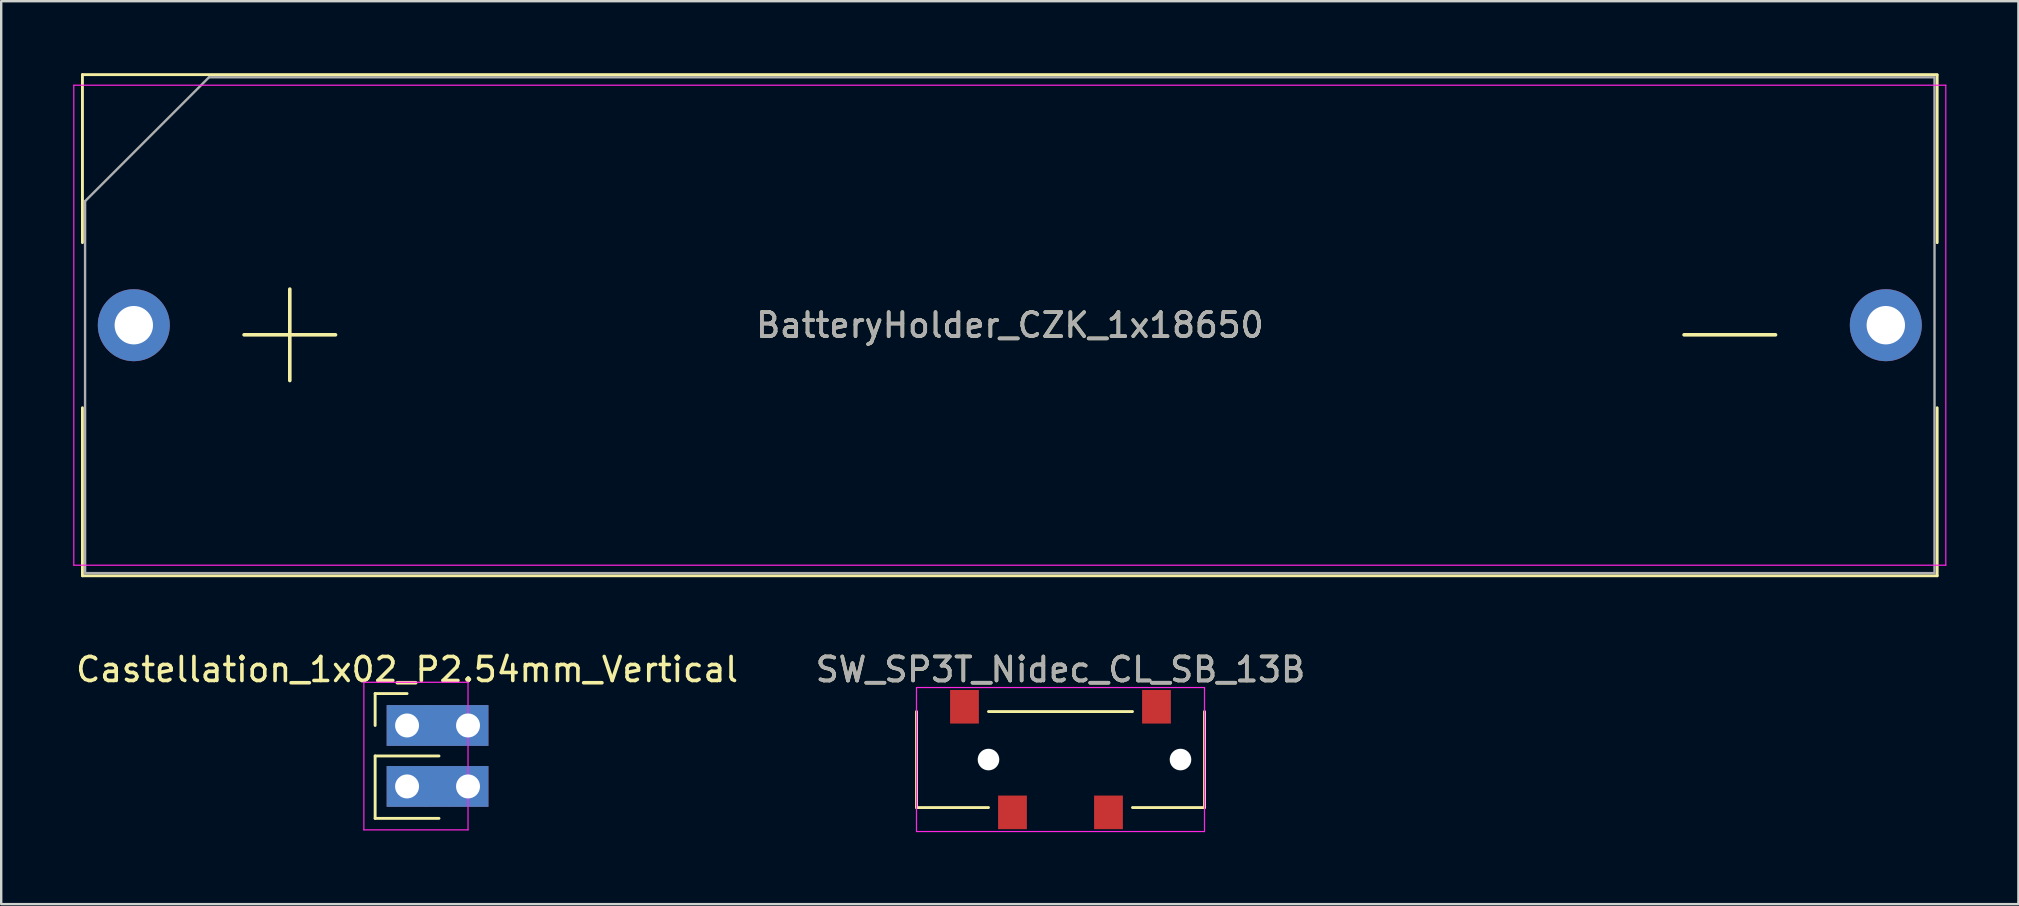
<source format=kicad_pcb>
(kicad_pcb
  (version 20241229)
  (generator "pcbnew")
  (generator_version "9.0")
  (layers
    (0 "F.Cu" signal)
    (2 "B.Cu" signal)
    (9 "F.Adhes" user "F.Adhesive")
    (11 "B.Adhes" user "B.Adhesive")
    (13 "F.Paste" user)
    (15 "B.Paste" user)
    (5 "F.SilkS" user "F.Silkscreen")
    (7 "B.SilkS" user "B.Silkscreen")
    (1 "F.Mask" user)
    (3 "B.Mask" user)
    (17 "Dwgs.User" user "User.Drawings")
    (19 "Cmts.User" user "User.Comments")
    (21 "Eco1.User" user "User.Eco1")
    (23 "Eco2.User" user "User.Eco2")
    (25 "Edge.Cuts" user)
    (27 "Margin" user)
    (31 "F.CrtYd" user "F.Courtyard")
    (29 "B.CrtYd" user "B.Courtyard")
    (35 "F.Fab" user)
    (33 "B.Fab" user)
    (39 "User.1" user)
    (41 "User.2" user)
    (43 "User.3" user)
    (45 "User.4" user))
  (footprint "Castellation_1x02_P2.54mm_Vertical"
    (layer "F.Cu")
    (at 13.911 27.178)
    (property "Reference" "Castellation_1x02_P2.54mm_Vertical" (at 0 -2.33 0) (layer "F.SilkS") (effects (font (size 1 1) (thickness 0.15))))
    (attr through_hole)
    (fp_line (start -1.33 -1.33) (end 0 -1.33) (stroke (width 0.12) (type solid)) (layer "F.SilkS"))
    (fp_line (start -1.33 0) (end -1.33 -1.33) (stroke (width 0.12) (type solid)) (layer "F.SilkS"))
    (fp_line (start -1.33 1.27) (end -1.33 3.87) (stroke (width 0.12) (type solid)) (layer "F.SilkS"))
    (fp_line (start -1.33 1.27) (end 1.33 1.27) (stroke (width 0.12) (type solid)) (layer "F.SilkS"))
    (fp_line (start -1.33 3.87) (end 1.33 3.87) (stroke (width 0.12) (type solid)) (layer "F.SilkS"))
    (fp_line (start -1.8 -1.8) (end -1.8 4.35) (stroke (width 0.05) (type solid)) (layer "F.CrtYd"))
    (fp_line (start -1.8 4.35) (end 2.54 4.35) (stroke (width 0.05) (type solid)) (layer "F.CrtYd"))
    (fp_line (start 2.54 -1.8) (end -1.8 -1.8) (stroke (width 0.05) (type solid)) (layer "F.CrtYd"))
    (fp_line (start 2.54 4.35) (end 2.54 -1.8) (stroke (width 0.05) (type solid)) (layer "F.CrtYd"))
    (pad "1" thru_hole rect (at 0 0) (size 1.7 1.7) (drill 1) (layers "*.Cu" "*.Mask"))
    (pad "1" smd rect (at 1.25 0) (size 1 1.7) (layers "F.Cu" "F.Mask" "F.Paste"))
    (pad "1" smd rect (at 1.25 0) (size 1 1.7) (layers "B.Cu" "B.Mask" "B.Paste"))
    (pad "1" thru_hole rect (at 2.54 0) (size 1.7 1.7) (drill 1) (layers "*.Cu" "*.Mask"))
    (pad "2" thru_hole rect (at 0 2.54) (size 1.7 1.7) (drill 1) (layers "*.Cu" "*.Mask"))
    (pad "2" smd rect (at 1.25 2.54) (size 1 1.7) (layers "F.Cu" "F.Paste"))
    (pad "2" smd rect (at 1.25 2.54) (size 1 1.7) (layers "B.Cu" "B.Mask" "B.Paste"))
    (pad "2" thru_hole rect (at 2.54 2.54) (size 1.7 1.7) (drill 1) (layers "*.Cu" "*.Mask")))
  (footprint "SW_SP3T_Nidec_CL_SB_13B"
    (layer "F.Cu")
    (at 41.137 28.598)
    (property "Reference" "SW_SP3T_Nidec_CL_SB_13B" (at 0 -3.75 0) (layer "F.SilkS") (effects (font (size 1 1) (thickness 0.15))))
    (attr smd)
    (fp_line (start -6 -2) (end -6 2) (stroke (width 0.12) (type solid)) (layer "F.SilkS"))
    (fp_line (start -6 2) (end -3 2) (stroke (width 0.12) (type solid)) (layer "F.SilkS"))
    (fp_line (start -3 -2) (end 3 -2) (stroke (width 0.12) (type solid)) (layer "F.SilkS"))
    (fp_line (start 3 2) (end 6 2) (stroke (width 0.12) (type solid)) (layer "F.SilkS"))
    (fp_line (start 6 -2) (end 6 2) (stroke (width 0.12) (type solid)) (layer "F.SilkS"))
    (fp_line (start -6 -3) (end 6 -3) (stroke (width 0.05) (type solid)) (layer "F.CrtYd"))
    (fp_line (start -6 3) (end -6 -3) (stroke (width 0.05) (type solid)) (layer "F.CrtYd"))
    (fp_line (start -6 3) (end 6 3) (stroke (width 0.05) (type solid)) (layer "F.CrtYd"))
    (fp_line (start 6 -3) (end 6 3) (stroke (width 0.05) (type solid)) (layer "F.CrtYd"))
    (fp_text user "${REFERENCE}" (at 0 -3.75 0) (layer "F.Fab") (effects (font (size 1 1) (thickness 0.15))))
    (pad "" np_thru_hole circle (at -3 0) (size 0.9 0.9) (drill 0.9) (layers "*.Cu" "*.Mask"))
    (pad "" np_thru_hole circle (at 5 0) (size 0.9 0.9) (drill 0.9) (layers "*.Cu" "*.Mask"))
    (pad "1" smd rect (at -4 -2.2) (size 1.2 1.4) (layers "F.Cu" "F.Mask" "F.Paste"))
    (pad "2" smd rect (at -2 2.2) (size 1.2 1.4) (layers "F.Cu" "F.Mask" "F.Paste"))
    (pad "3" smd rect (at 2 2.2) (size 1.2 1.4) (layers "F.Cu" "F.Mask" "F.Paste"))
    (pad "4" smd rect (at 4 -2.2) (size 1.2 1.4) (layers "F.Cu" "F.Mask" "F.Paste")))
  (footprint "BatteryHolder_CZK_1x18650"
    (layer "F.Cu")
    (at 39.025 10.5)
    (property "Reference" "BatteryHolder_CZK_1x18650" (at 0 0 0) (layer "F.SilkS") (effects (font (size 1 1) (thickness 0.15))))
    (attr smd)
    (fp_line (start -38.64 -10.44) (end -38.64 -3.44) (stroke (width 0.12) (type solid)) (layer "F.SilkS"))
    (fp_line (start -38.64 10.44) (end -38.64 3.44) (stroke (width 0.12) (type solid)) (layer "F.SilkS"))
    (fp_line (start 38.64 -10.44) (end -38.64 -10.44) (stroke (width 0.12) (type solid)) (layer "F.SilkS"))
    (fp_line (start 38.64 -3.44) (end 38.64 -10.42) (stroke (width 0.12) (type solid)) (layer "F.SilkS"))
    (fp_line (start 38.64 3.44) (end 38.64 10.44) (stroke (width 0.12) (type solid)) (layer "F.SilkS"))
    (fp_line (start 38.64 10.44) (end -38.64 10.44) (stroke (width 0.12) (type solid)) (layer "F.SilkS"))
    (fp_line (start -39 -10) (end -39 10) (stroke (width 0.05) (type solid)) (layer "F.CrtYd"))
    (fp_line (start -39 -10) (end 39 -10) (stroke (width 0.05) (type solid)) (layer "F.CrtYd"))
    (fp_line (start -39 10) (end 39 10) (stroke (width 0.05) (type solid)) (layer "F.CrtYd"))
    (fp_line (start 39 -10) (end 39 10) (stroke (width 0.05) (type solid)) (layer "F.CrtYd"))
    (fp_line (start -38.53 -5.168) (end -38.53 10.33) (stroke (width 0.1) (type solid)) (layer "F.Fab"))
    (fp_line (start -38.53 10.33) (end 38.53 10.33) (stroke (width 0.1) (type solid)) (layer "F.Fab"))
    (fp_line (start -33.367 -10.33) (end -38.53 -5.168) (stroke (width 0.1) (type solid)) (layer "F.Fab"))
    (fp_line (start -33.367 -10.33) (end 38.53 -10.33) (stroke (width 0.1) (type solid)) (layer "F.Fab"))
    (fp_line (start 38.53 -10.33) (end 38.53 10.33) (stroke (width 0.1) (type solid)) (layer "F.Fab"))
    (fp_text user "-" (at 30 0 0) (layer "F.SilkS") (effects (font (size 5 5) (thickness 0.15))))
    (fp_text user "+" (at -30 0 0) (layer "F.SilkS") (effects (font (size 5 5) (thickness 0.15))))
    (fp_text user "${REFERENCE}" (at 0 0 0) (layer "F.Fab") (effects (font (size 1 1) (thickness 0.15))))
    (pad "1" thru_hole circle (at -36.5 0) (size 3 3) (drill 1.6) (layers "*.Cu" "*.Mask"))
    (pad "2" thru_hole circle (at 36.5 0) (size 3 3) (drill 1.6) (layers "*.Cu" "*.Mask")))
  (gr_rect
    (start -3 -3)
    (end 81.05 34.623)
    (stroke (width 0.1) (type default))
    (fill no)
    (layer "Edge.Cuts")))
</source>
